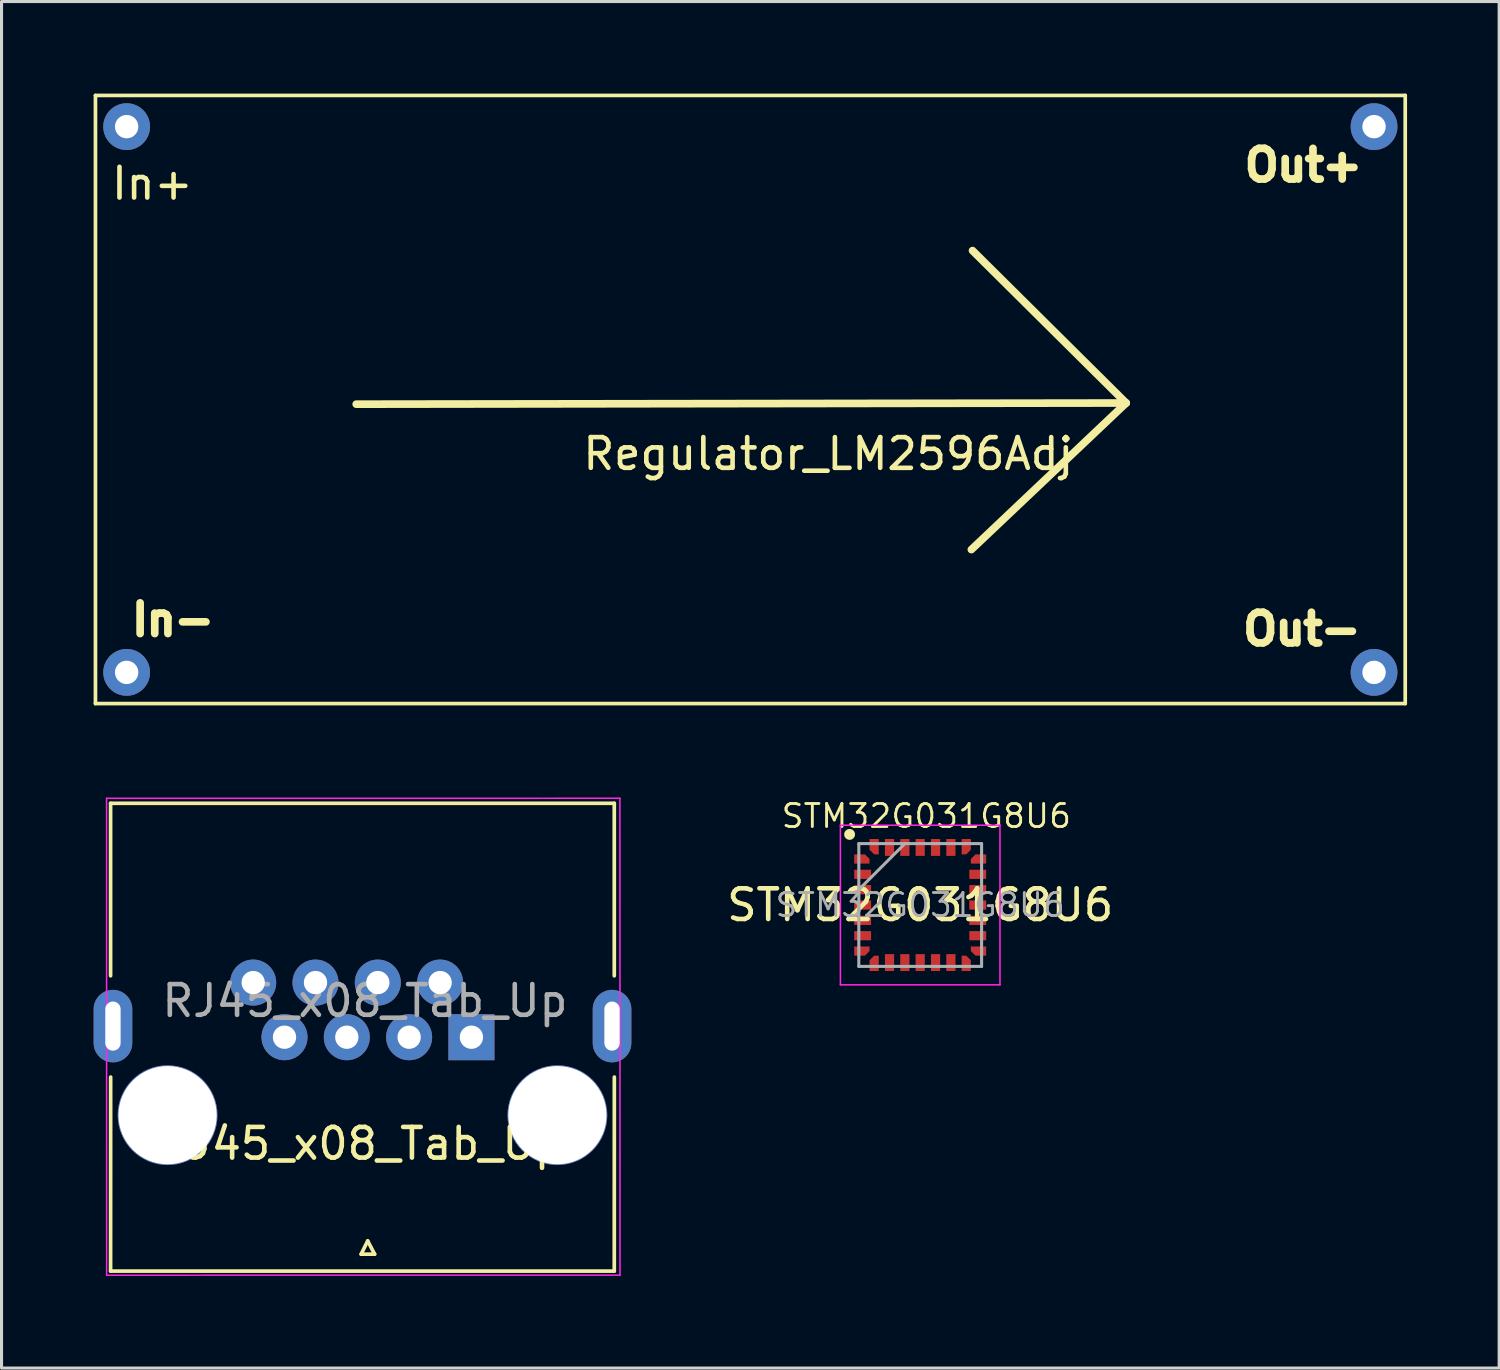
<source format=kicad_pcb>
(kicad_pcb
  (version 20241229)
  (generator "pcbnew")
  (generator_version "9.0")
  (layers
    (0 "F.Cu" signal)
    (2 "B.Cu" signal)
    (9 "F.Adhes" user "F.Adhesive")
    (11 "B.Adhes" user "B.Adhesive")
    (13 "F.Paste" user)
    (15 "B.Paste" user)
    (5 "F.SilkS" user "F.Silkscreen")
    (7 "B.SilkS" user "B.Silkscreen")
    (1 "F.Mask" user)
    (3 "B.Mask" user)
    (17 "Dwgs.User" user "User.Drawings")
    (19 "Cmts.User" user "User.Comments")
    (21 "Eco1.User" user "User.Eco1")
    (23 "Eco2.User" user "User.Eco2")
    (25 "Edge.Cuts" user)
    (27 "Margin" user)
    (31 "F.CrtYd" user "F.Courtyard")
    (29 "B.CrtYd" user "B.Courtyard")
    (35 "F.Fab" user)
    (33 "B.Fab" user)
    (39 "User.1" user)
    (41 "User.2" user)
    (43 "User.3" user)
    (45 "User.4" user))
  (footprint "Regulator_LM2596Adj"
    (layer "F.Cu")
    (at 23.936 11.236)
    (property "Reference" "Regulator_LM2596Adj" (at 0 0.5 0) (layer "F.SilkS") (effects (font (size 1 1) (thickness 0.15))))
    (attr through_hole)
    (fp_line (start -23.876 -11.176) (end -23.876 8.636) (stroke (width 0.12) (type solid)) (layer "F.SilkS"))
    (fp_line (start -23.876 8.636) (end 18.796 8.636) (stroke (width 0.12) (type solid)) (layer "F.SilkS"))
    (fp_line (start -15.38 -1.118) (end 9.703 -1.156) (stroke (width 0.25) (type solid)) (layer "F.SilkS"))
    (fp_line (start 4.699 -6.121) (end 4.699 -6.16) (stroke (width 0.12) (type solid)) (layer "F.SilkS"))
    (fp_line (start 9.703 -1.156) (end 4.661 3.619) (stroke (width 0.25) (type solid)) (layer "F.SilkS"))
    (fp_line (start 9.703 -1.156) (end 4.699 -6.121) (stroke (width 0.25) (type solid)) (layer "F.SilkS"))
    (fp_line (start 18.796 -11.176) (end -23.876 -11.176) (stroke (width 0.12) (type solid)) (layer "F.SilkS"))
    (fp_line (start 18.796 8.636) (end 18.796 -11.176) (stroke (width 0.12) (type solid)) (layer "F.SilkS"))
    (fp_text user "Out+" (at 15.481 -8.903 0) (layer "F.SilkS") (effects (font (size 1 1) (thickness 0.25))))
    (fp_text user "In-" (at -21.349 5.905 0) (layer "F.SilkS") (effects (font (size 1 1) (thickness 0.25))))
    (fp_text user "Out-" (at 15.431 6.21 0) (layer "F.SilkS") (effects (font (size 1 1) (thickness 0.25))))
    (fp_text user "In+" (at -22.022 -8.306 0) (layer "F.SilkS") (effects (font (size 1 1) (thickness 0.15))))
    (pad "1" thru_hole circle (at -22.86 7.62) (size 1.524 1.524) (drill 0.762) (layers "*.Cu" "*.Mask"))
    (pad "2" thru_hole circle (at -22.86 -10.16) (size 1.524 1.524) (drill 0.762) (layers "*.Cu" "*.Mask"))
    (pad "3" thru_hole circle (at 17.78 -10.16) (size 1.524 1.524) (drill 0.762) (layers "*.Cu" "*.Mask"))
    (pad "4" thru_hole circle (at 17.78 7.62) (size 1.524 1.524) (drill 0.762) (layers "*.Cu" "*.Mask")))
  (footprint "STM32G031G8U6"
    (layer "F.Cu")
    (at 26.93 26.435)
    (property "Reference" "STM32G031G8U6" (at 0 0 0) (layer "F.SilkS") (effects (font (size 1 1) (thickness 0.15))))
    (attr through_hole)
    (fp_circle (center -2.3 -2.3) (end -2.173 -2.3) (stroke (width 0.1) (type solid)) (fill yes) (layer "F.SilkS"))
    (fp_line (start -2.6 -2.599) (end 2.6 -2.599) (stroke (width 0.05) (type solid)) (layer "F.CrtYd"))
    (fp_line (start -2.599 2.6) (end -2.6 -2.599) (stroke (width 0.05) (type solid)) (layer "F.CrtYd"))
    (fp_line (start 2.599 -2.6) (end 2.599 2.6) (stroke (width 0.05) (type solid)) (layer "F.CrtYd"))
    (fp_line (start 2.599 2.6) (end -2.601 2.6) (stroke (width 0.05) (type solid)) (layer "F.CrtYd"))
    (fp_line (start -2 -2) (end -2 2) (stroke (width 0.1) (type solid)) (layer "F.Fab"))
    (fp_line (start -2 -0.5) (end -0.5 -2) (stroke (width 0.1) (type solid)) (layer "F.Fab"))
    (fp_line (start -2 2) (end 2 2) (stroke (width 0.1) (type solid)) (layer "F.Fab"))
    (fp_line (start 2 -2) (end -2 -2) (stroke (width 0.1) (type solid)) (layer "F.Fab"))
    (fp_line (start 2 2) (end 2 -2) (stroke (width 0.1) (type solid)) (layer "F.Fab"))
    (fp_text user "${REFERENCE}" (at 0.2 -2.9 0) (layer "F.SilkS") (effects (font (size 0.75 0.75) (thickness 0.094))))
    (fp_text user "${REFERENCE}" (at 0 0 0) (layer "F.Fab") (effects (font (size 0.75 0.75) (thickness 0.094))))
    (pad "1" smd roundrect (at -1.9 -1.5 90) (size 0.3 0.5) (layers "F.Cu" "F.Mask" "F.Paste") (roundrect_rratio 0) (chamfer_ratio 0.5) (chamfer bottom_right))
    (pad "2" smd rect (at -1.875 -1 90) (size 0.3 0.55) (layers "F.Cu" "F.Mask" "F.Paste"))
    (pad "3" smd rect (at -1.875 -0.5 90) (size 0.3 0.55) (layers "F.Cu" "F.Mask" "F.Paste"))
    (pad "4" smd rect (at -1.875 0 90) (size 0.3 0.55) (layers "F.Cu" "F.Mask" "F.Paste"))
    (pad "5" smd rect (at -1.875 0.5 90) (size 0.3 0.55) (layers "F.Cu" "F.Mask" "F.Paste"))
    (pad "6" smd rect (at -1.875 1 90) (size 0.3 0.55) (layers "F.Cu" "F.Mask" "F.Paste"))
    (pad "7" smd roundrect (at -1.9 1.5 90) (size 0.3 0.5) (layers "F.Cu" "F.Mask" "F.Paste") (roundrect_rratio 0) (chamfer_ratio 0.5) (chamfer bottom_left))
    (pad "8" smd roundrect (at -1.5 1.9) (size 0.3 0.5) (layers "F.Cu" "F.Mask" "F.Paste") (roundrect_rratio 0) (chamfer_ratio 0.5) (chamfer top_left))
    (pad "9" smd rect (at -1 1.875) (size 0.3 0.55) (layers "F.Cu" "F.Mask" "F.Paste"))
    (pad "10" smd rect (at -0.5 1.875) (size 0.3 0.55) (layers "F.Cu" "F.Mask" "F.Paste"))
    (pad "11" smd rect (at 0 1.875) (size 0.3 0.55) (layers "F.Cu" "F.Mask" "F.Paste"))
    (pad "12" smd rect (at 0.5 1.875) (size 0.3 0.55) (layers "F.Cu" "F.Mask" "F.Paste"))
    (pad "13" smd rect (at 1 1.875) (size 0.3 0.55) (layers "F.Cu" "F.Mask" "F.Paste"))
    (pad "14" smd roundrect (at 1.5 1.9) (size 0.3 0.5) (layers "F.Cu" "F.Mask" "F.Paste") (roundrect_rratio 0) (chamfer_ratio 0.5) (chamfer top_right))
    (pad "15" smd roundrect (at 1.9 1.5 90) (size 0.3 0.5) (layers "F.Cu" "F.Mask" "F.Paste") (roundrect_rratio 0) (chamfer_ratio 0.5) (chamfer top_left))
    (pad "16" smd rect (at 1.875 1 90) (size 0.3 0.55) (layers "F.Cu" "F.Mask" "F.Paste"))
    (pad "17" smd rect (at 1.875 0.5 90) (size 0.3 0.55) (layers "F.Cu" "F.Mask" "F.Paste"))
    (pad "18" smd rect (at 1.875 0 90) (size 0.3 0.55) (layers "F.Cu" "F.Mask" "F.Paste"))
    (pad "19" smd rect (at 1.875 -0.5 90) (size 0.3 0.55) (layers "F.Cu" "F.Mask" "F.Paste"))
    (pad "20" smd rect (at 1.875 -1 90) (size 0.3 0.55) (layers "F.Cu" "F.Mask" "F.Paste"))
    (pad "21" smd roundrect (at 1.9 -1.5 90) (size 0.3 0.5) (layers "F.Cu" "F.Mask" "F.Paste") (roundrect_rratio 0) (chamfer_ratio 0.5) (chamfer top_right))
    (pad "22" smd roundrect (at 1.5 -1.9) (size 0.3 0.5) (layers "F.Cu" "F.Mask" "F.Paste") (roundrect_rratio 0) (chamfer_ratio 0.5) (chamfer bottom_right))
    (pad "23" smd rect (at 1 -1.875) (size 0.3 0.55) (layers "F.Cu" "F.Mask" "F.Paste"))
    (pad "24" smd rect (at 0.5 -1.875) (size 0.3 0.55) (layers "F.Cu" "F.Mask" "F.Paste"))
    (pad "25" smd rect (at 0 -1.875) (size 0.3 0.55) (layers "F.Cu" "F.Mask" "F.Paste"))
    (pad "26" smd rect (at -0.5 -1.875) (size 0.3 0.55) (layers "F.Cu" "F.Mask" "F.Paste"))
    (pad "27" smd rect (at -1 -1.875) (size 0.3 0.55) (layers "F.Cu" "F.Mask" "F.Paste"))
    (pad "28" smd roundrect (at -1.5 -1.9) (size 0.3 0.5) (layers "F.Cu" "F.Mask" "F.Paste") (roundrect_rratio 0) (chamfer_ratio 0.5) (chamfer bottom_left)))
  (footprint "RJ45_x08_Tab_Up"
    (layer "F.Cu")
    (at 8.528 34.341)
    (property "Reference" "RJ45_x08_Tab_Up" (at 0.152 -0.132 0) (layer "F.SilkS") (effects (font (size 1 1) (thickness 0.15))))
    (attr through_hole)
    (fp_line (start -7.975 -11.219) (end -7.975 -5.6) (stroke (width 0.12) (type solid)) (layer "F.SilkS"))
    (fp_line (start -7.975 -11.219) (end 8.435 -11.219) (stroke (width 0.12) (type solid)) (layer "F.SilkS"))
    (fp_line (start -7.975 4.021) (end 8.435 4.021) (stroke (width 0.12) (type solid)) (layer "F.SilkS"))
    (fp_line (start -7.973 -2.3) (end -7.975 4.021) (stroke (width 0.12) (type solid)) (layer "F.SilkS"))
    (fp_line (start 0.188 3.47) (end 0.627 3.47) (stroke (width 0.12) (type solid)) (layer "F.SilkS"))
    (fp_line (start 0.401 3.038) (end 0.188 3.47) (stroke (width 0.12) (type solid)) (layer "F.SilkS"))
    (fp_line (start 0.627 3.47) (end 0.401 3.038) (stroke (width 0.12) (type solid)) (layer "F.SilkS"))
    (fp_line (start 8.435 -11.219) (end 8.435 -5.6) (stroke (width 0.12) (type solid)) (layer "F.SilkS"))
    (fp_line (start 8.437 -2.3) (end 8.435 4.021) (stroke (width 0.12) (type solid)) (layer "F.SilkS"))
    (fp_line (start -8.106 -11.382) (end -8.104 4.155) (stroke (width 0.05) (type solid)) (layer "F.CrtYd"))
    (fp_line (start -8.106 -11.382) (end 8.619 -11.384) (stroke (width 0.05) (type solid)) (layer "F.CrtYd"))
    (fp_line (start -8.104 4.155) (end 8.622 4.153) (stroke (width 0.05) (type solid)) (layer "F.CrtYd"))
    (fp_line (start 8.619 -11.384) (end 8.622 4.153) (stroke (width 0.05) (type solid)) (layer "F.CrtYd"))
    (fp_text user "${REFERENCE}" (at 0.312 -4.784 0) (layer "F.Fab") (effects (font (size 1 1) (thickness 0.15))))
    (pad "" np_thru_hole circle (at -6.118 -1.059 180) (size 3.25 3.25) (drill 3.2) (layers "*.Cu" "*.Mask"))
    (pad "" np_thru_hole circle (at 6.582 -1.059 180) (size 3.25 3.25) (drill 3.2) (layers "*.Cu" "*.Mask"))
    (pad "1" thru_hole rect (at 3.781 -3.599) (size 1.5 1.5) (drill 0.76) (layers "*.Cu" "*.Mask"))
    (pad "2" thru_hole circle (at 2.761 -5.379) (size 1.5 1.5) (drill 0.76) (layers "*.Cu" "*.Mask"))
    (pad "3" thru_hole circle (at 1.751 -3.599) (size 1.5 1.5) (drill 0.76) (layers "*.Cu" "*.Mask"))
    (pad "4" thru_hole circle (at 0.731 -5.379) (size 1.5 1.5) (drill 0.76) (layers "*.Cu" "*.Mask"))
    (pad "5" thru_hole circle (at -0.279 -3.599) (size 1.5 1.5) (drill 0.76) (layers "*.Cu" "*.Mask"))
    (pad "6" thru_hole circle (at -1.299 -5.379) (size 1.5 1.5) (drill 0.76) (layers "*.Cu" "*.Mask"))
    (pad "7" thru_hole circle (at -2.309 -3.599) (size 1.5 1.5) (drill 0.76) (layers "*.Cu" "*.Mask"))
    (pad "8" thru_hole circle (at -3.329 -5.379) (size 1.5 1.5) (drill 0.76) (layers "*.Cu" "*.Mask"))
    (pad "9" thru_hole oval (at -7.898 -3.961 180) (size 1.259 2.362) (drill oval 0.5 1.6) (layers "*.Cu" "*.Mask"))
    (pad "10" thru_hole oval (at 8.362 -3.961 180) (size 1.259 2.362) (drill oval 0.5 1.6) (layers "*.Cu" "*.Mask")))
  (gr_rect
    (start -3 -3)
    (end 45.792 41.522)
    (stroke (width 0.1) (type default))
    (fill no)
    (layer "Edge.Cuts")))
</source>
